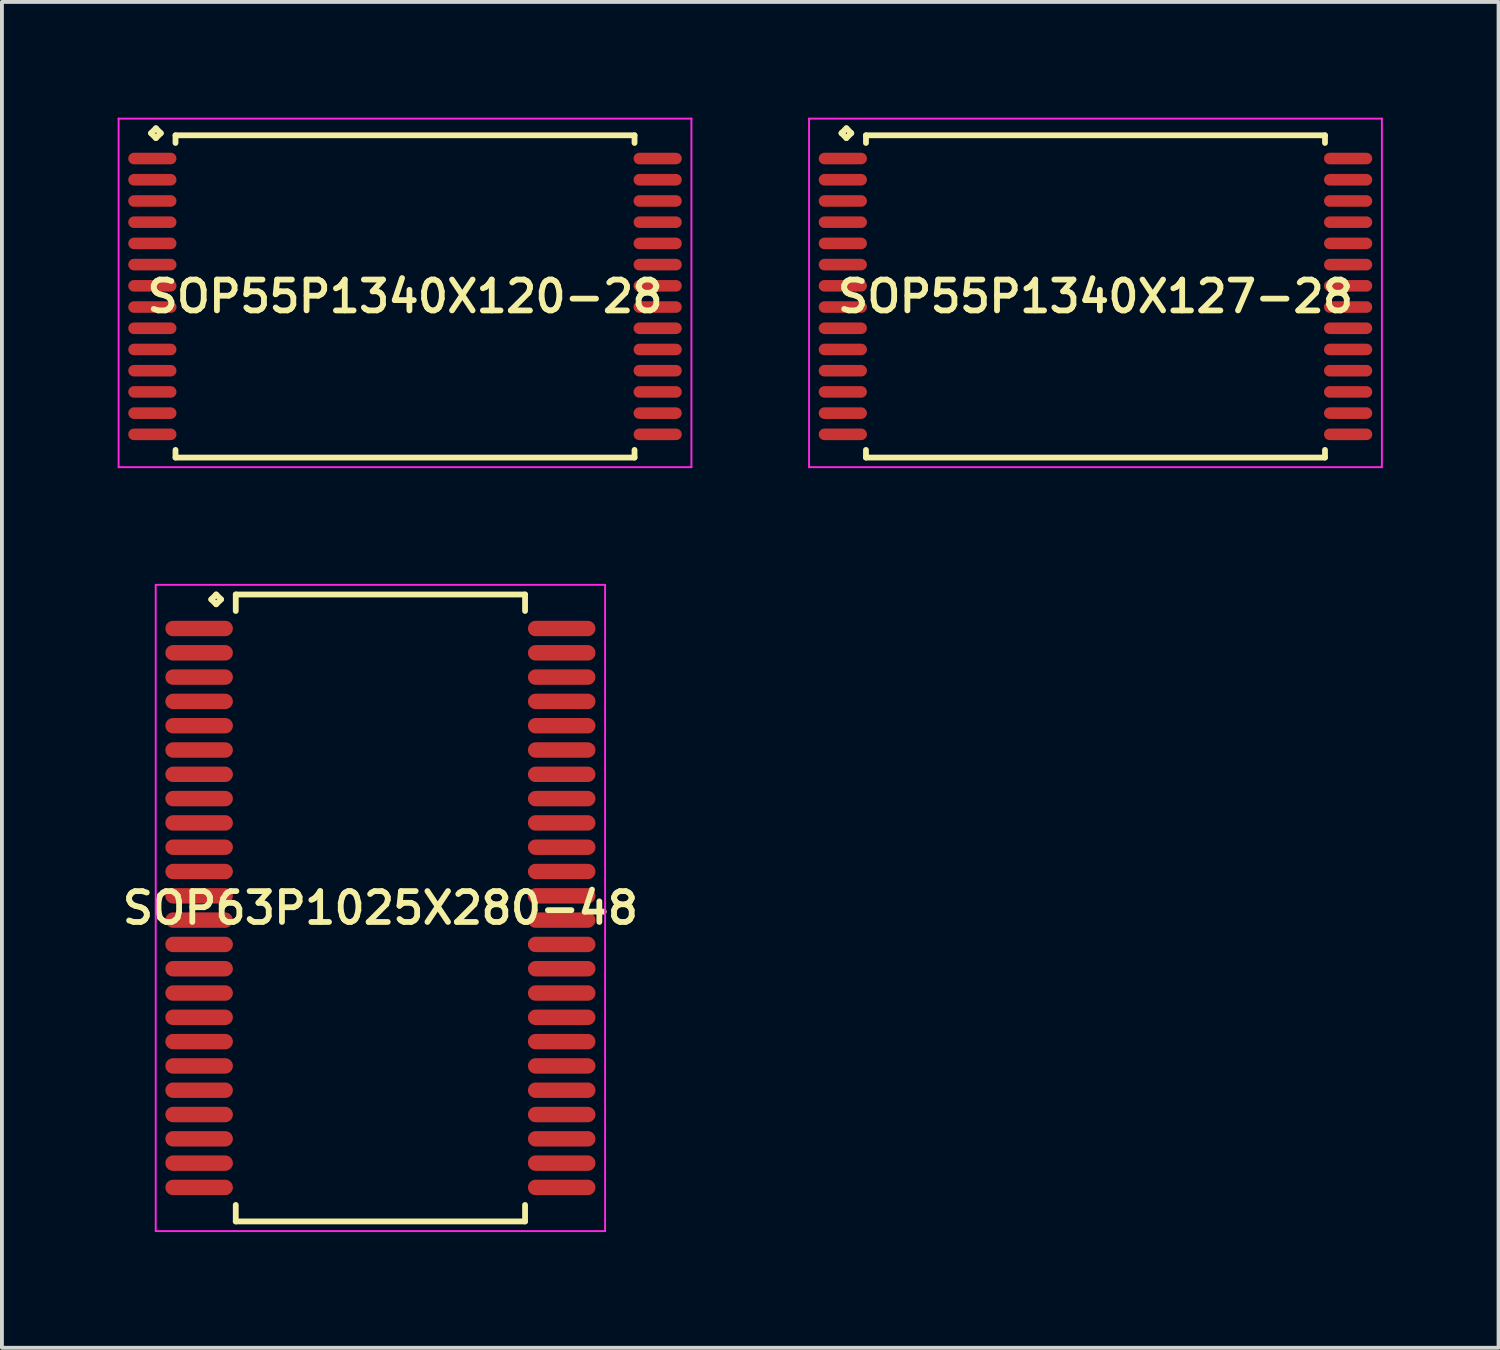
<source format=kicad_pcb>
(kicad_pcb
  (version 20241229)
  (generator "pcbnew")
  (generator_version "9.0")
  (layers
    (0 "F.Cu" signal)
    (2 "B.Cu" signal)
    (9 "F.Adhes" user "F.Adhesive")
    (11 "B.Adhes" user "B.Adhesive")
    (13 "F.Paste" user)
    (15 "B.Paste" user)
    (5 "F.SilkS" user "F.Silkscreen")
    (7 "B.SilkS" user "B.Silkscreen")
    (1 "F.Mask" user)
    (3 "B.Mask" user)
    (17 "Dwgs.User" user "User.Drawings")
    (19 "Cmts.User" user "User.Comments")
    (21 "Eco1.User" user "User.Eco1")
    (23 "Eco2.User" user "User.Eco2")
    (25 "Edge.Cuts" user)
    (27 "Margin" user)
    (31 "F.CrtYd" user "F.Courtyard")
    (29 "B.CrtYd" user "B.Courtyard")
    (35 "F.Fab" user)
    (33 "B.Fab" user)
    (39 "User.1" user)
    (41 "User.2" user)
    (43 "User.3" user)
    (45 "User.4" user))
  (footprint "SOP55P1340X120-28"
    (layer "F.Cu")
    (at 7.45 4.635)
    (property "Reference" "SOP55P1340X120-28" (at 0 0 0) (layer "F.SilkS") (effects (font (size 0.8 0.8) (thickness 0.15))))
    (attr smd)
    (fp_line (start -6.585 -4.233) (end -6.458 -4.36) (stroke (width 0.15) (type solid)) (layer "F.SilkS"))
    (fp_line (start -6.458 -4.36) (end -6.331 -4.233) (stroke (width 0.15) (type solid)) (layer "F.SilkS"))
    (fp_line (start -6.458 -4.106) (end -6.585 -4.233) (stroke (width 0.15) (type solid)) (layer "F.SilkS"))
    (fp_line (start -6.331 -4.233) (end -6.458 -4.106) (stroke (width 0.15) (type solid)) (layer "F.SilkS"))
    (fp_line (start -5.95 -4.177) (end 5.95 -4.177) (stroke (width 0.15) (type solid)) (layer "F.SilkS"))
    (fp_line (start -5.95 -3.979) (end -5.95 -4.177) (stroke (width 0.15) (type solid)) (layer "F.SilkS"))
    (fp_line (start -5.95 3.979) (end -5.95 4.177) (stroke (width 0.15) (type solid)) (layer "F.SilkS"))
    (fp_line (start -5.95 4.177) (end 5.95 4.177) (stroke (width 0.15) (type solid)) (layer "F.SilkS"))
    (fp_line (start 5.95 -4.177) (end 5.95 -3.979) (stroke (width 0.15) (type solid)) (layer "F.SilkS"))
    (fp_line (start 5.95 4.177) (end 5.95 3.979) (stroke (width 0.15) (type solid)) (layer "F.SilkS"))
    (fp_line (start -7.425 -4.61) (end 7.425 -4.61) (stroke (width 0.05) (type solid)) (layer "F.CrtYd"))
    (fp_line (start -7.425 4.427) (end -7.425 -4.61) (stroke (width 0.05) (type solid)) (layer "F.CrtYd"))
    (fp_line (start 7.425 -4.61) (end 7.425 4.427) (stroke (width 0.05) (type solid)) (layer "F.CrtYd"))
    (fp_line (start 7.425 4.427) (end -7.425 4.427) (stroke (width 0.05) (type solid)) (layer "F.CrtYd"))
    (pad "1" smd oval (at -6.55 -3.575) (size 1.25 0.3) (layers "F.Cu" "F.Mask" "F.Paste"))
    (pad "2" smd oval (at -6.55 -3.025) (size 1.25 0.3) (layers "F.Cu" "F.Mask" "F.Paste"))
    (pad "3" smd oval (at -6.55 -2.475) (size 1.25 0.3) (layers "F.Cu" "F.Mask" "F.Paste"))
    (pad "4" smd oval (at -6.55 -1.925) (size 1.25 0.3) (layers "F.Cu" "F.Mask" "F.Paste"))
    (pad "5" smd oval (at -6.55 -1.375) (size 1.25 0.3) (layers "F.Cu" "F.Mask" "F.Paste"))
    (pad "6" smd oval (at -6.55 -0.825) (size 1.25 0.3) (layers "F.Cu" "F.Mask" "F.Paste"))
    (pad "7" smd oval (at -6.55 -0.275) (size 1.25 0.3) (layers "F.Cu" "F.Mask" "F.Paste"))
    (pad "8" smd oval (at -6.55 0.275) (size 1.25 0.3) (layers "F.Cu" "F.Mask" "F.Paste"))
    (pad "9" smd oval (at -6.55 0.825) (size 1.25 0.3) (layers "F.Cu" "F.Mask" "F.Paste"))
    (pad "10" smd oval (at -6.55 1.375) (size 1.25 0.3) (layers "F.Cu" "F.Mask" "F.Paste"))
    (pad "11" smd oval (at -6.55 1.925) (size 1.25 0.3) (layers "F.Cu" "F.Mask" "F.Paste"))
    (pad "12" smd oval (at -6.55 2.475) (size 1.25 0.3) (layers "F.Cu" "F.Mask" "F.Paste"))
    (pad "13" smd oval (at -6.55 3.025) (size 1.25 0.3) (layers "F.Cu" "F.Mask" "F.Paste"))
    (pad "14" smd oval (at -6.55 3.575) (size 1.25 0.3) (layers "F.Cu" "F.Mask" "F.Paste"))
    (pad "15" smd oval (at 6.55 3.575) (size 1.25 0.3) (layers "F.Cu" "F.Mask" "F.Paste"))
    (pad "16" smd oval (at 6.55 3.025) (size 1.25 0.3) (layers "F.Cu" "F.Mask" "F.Paste"))
    (pad "17" smd oval (at 6.55 2.475) (size 1.25 0.3) (layers "F.Cu" "F.Mask" "F.Paste"))
    (pad "18" smd oval (at 6.55 1.925) (size 1.25 0.3) (layers "F.Cu" "F.Mask" "F.Paste"))
    (pad "19" smd oval (at 6.55 1.375) (size 1.25 0.3) (layers "F.Cu" "F.Mask" "F.Paste"))
    (pad "20" smd oval (at 6.55 0.825) (size 1.25 0.3) (layers "F.Cu" "F.Mask" "F.Paste"))
    (pad "21" smd oval (at 6.55 0.275) (size 1.25 0.3) (layers "F.Cu" "F.Mask" "F.Paste"))
    (pad "22" smd oval (at 6.55 -0.275) (size 1.25 0.3) (layers "F.Cu" "F.Mask" "F.Paste"))
    (pad "23" smd oval (at 6.55 -0.825) (size 1.25 0.3) (layers "F.Cu" "F.Mask" "F.Paste"))
    (pad "24" smd oval (at 6.55 -1.375) (size 1.25 0.3) (layers "F.Cu" "F.Mask" "F.Paste"))
    (pad "25" smd oval (at 6.55 -1.925) (size 1.25 0.3) (layers "F.Cu" "F.Mask" "F.Paste"))
    (pad "26" smd oval (at 6.55 -2.475) (size 1.25 0.3) (layers "F.Cu" "F.Mask" "F.Paste"))
    (pad "27" smd oval (at 6.55 -3.025) (size 1.25 0.3) (layers "F.Cu" "F.Mask" "F.Paste"))
    (pad "28" smd oval (at 6.55 -3.575) (size 1.25 0.3) (layers "F.Cu" "F.Mask" "F.Paste")))
  (footprint "SOP63P1025X280-48"
    (layer "F.Cu")
    (at 6.812 20.489)
    (property "Reference" "SOP63P1025X280-48" (at 0 0 0) (layer "F.SilkS") (effects (font (size 0.8 0.8) (thickness 0.15))))
    (attr smd)
    (fp_line (start -4.385 -8) (end -4.258 -8.127) (stroke (width 0.15) (type solid)) (layer "F.SilkS"))
    (fp_line (start -4.258 -8.127) (end -4.131 -8) (stroke (width 0.15) (type solid)) (layer "F.SilkS"))
    (fp_line (start -4.258 -7.873) (end -4.385 -8) (stroke (width 0.15) (type solid)) (layer "F.SilkS"))
    (fp_line (start -4.131 -8) (end -4.258 -7.873) (stroke (width 0.15) (type solid)) (layer "F.SilkS"))
    (fp_line (start -3.75 -8.127) (end 3.75 -8.127) (stroke (width 0.15) (type solid)) (layer "F.SilkS"))
    (fp_line (start -3.75 -7.699) (end -3.75 -8.127) (stroke (width 0.15) (type solid)) (layer "F.SilkS"))
    (fp_line (start -3.75 7.699) (end -3.75 8.127) (stroke (width 0.15) (type solid)) (layer "F.SilkS"))
    (fp_line (start -3.75 8.127) (end 3.75 8.127) (stroke (width 0.15) (type solid)) (layer "F.SilkS"))
    (fp_line (start 3.75 -8.127) (end 3.75 -7.699) (stroke (width 0.15) (type solid)) (layer "F.SilkS"))
    (fp_line (start 3.75 8.127) (end 3.75 7.699) (stroke (width 0.15) (type solid)) (layer "F.SilkS"))
    (fp_line (start -5.825 -8.377) (end 5.825 -8.377) (stroke (width 0.05) (type solid)) (layer "F.CrtYd"))
    (fp_line (start -5.825 8.377) (end -5.825 -8.377) (stroke (width 0.05) (type solid)) (layer "F.CrtYd"))
    (fp_line (start 5.825 -8.377) (end 5.825 8.377) (stroke (width 0.05) (type solid)) (layer "F.CrtYd"))
    (fp_line (start 5.825 8.377) (end -5.825 8.377) (stroke (width 0.05) (type solid)) (layer "F.CrtYd"))
    (pad "1" smd oval (at -4.7 -7.245) (size 1.75 0.4) (layers "F.Cu" "F.Mask" "F.Paste"))
    (pad "2" smd oval (at -4.7 -6.615) (size 1.75 0.4) (layers "F.Cu" "F.Mask" "F.Paste"))
    (pad "3" smd oval (at -4.7 -5.985) (size 1.75 0.4) (layers "F.Cu" "F.Mask" "F.Paste"))
    (pad "4" smd oval (at -4.7 -5.355) (size 1.75 0.4) (layers "F.Cu" "F.Mask" "F.Paste"))
    (pad "5" smd oval (at -4.7 -4.725) (size 1.75 0.4) (layers "F.Cu" "F.Mask" "F.Paste"))
    (pad "6" smd oval (at -4.7 -4.095) (size 1.75 0.4) (layers "F.Cu" "F.Mask" "F.Paste"))
    (pad "7" smd oval (at -4.7 -3.465) (size 1.75 0.4) (layers "F.Cu" "F.Mask" "F.Paste"))
    (pad "8" smd oval (at -4.7 -2.835) (size 1.75 0.4) (layers "F.Cu" "F.Mask" "F.Paste"))
    (pad "9" smd oval (at -4.7 -2.205) (size 1.75 0.4) (layers "F.Cu" "F.Mask" "F.Paste"))
    (pad "10" smd oval (at -4.7 -1.575) (size 1.75 0.4) (layers "F.Cu" "F.Mask" "F.Paste"))
    (pad "11" smd oval (at -4.7 -0.945) (size 1.75 0.4) (layers "F.Cu" "F.Mask" "F.Paste"))
    (pad "12" smd oval (at -4.7 -0.315) (size 1.75 0.4) (layers "F.Cu" "F.Mask" "F.Paste"))
    (pad "13" smd oval (at -4.7 0.315) (size 1.75 0.4) (layers "F.Cu" "F.Mask" "F.Paste"))
    (pad "14" smd oval (at -4.7 0.945) (size 1.75 0.4) (layers "F.Cu" "F.Mask" "F.Paste"))
    (pad "15" smd oval (at -4.7 1.575) (size 1.75 0.4) (layers "F.Cu" "F.Mask" "F.Paste"))
    (pad "16" smd oval (at -4.7 2.205) (size 1.75 0.4) (layers "F.Cu" "F.Mask" "F.Paste"))
    (pad "17" smd oval (at -4.7 2.835) (size 1.75 0.4) (layers "F.Cu" "F.Mask" "F.Paste"))
    (pad "18" smd oval (at -4.7 3.465) (size 1.75 0.4) (layers "F.Cu" "F.Mask" "F.Paste"))
    (pad "19" smd oval (at -4.7 4.095) (size 1.75 0.4) (layers "F.Cu" "F.Mask" "F.Paste"))
    (pad "20" smd oval (at -4.7 4.725) (size 1.75 0.4) (layers "F.Cu" "F.Mask" "F.Paste"))
    (pad "21" smd oval (at -4.7 5.355) (size 1.75 0.4) (layers "F.Cu" "F.Mask" "F.Paste"))
    (pad "22" smd oval (at -4.7 5.985) (size 1.75 0.4) (layers "F.Cu" "F.Mask" "F.Paste"))
    (pad "23" smd oval (at -4.7 6.615) (size 1.75 0.4) (layers "F.Cu" "F.Mask" "F.Paste"))
    (pad "24" smd oval (at -4.7 7.245) (size 1.75 0.4) (layers "F.Cu" "F.Mask" "F.Paste"))
    (pad "25" smd oval (at 4.7 7.245) (size 1.75 0.4) (layers "F.Cu" "F.Mask" "F.Paste"))
    (pad "26" smd oval (at 4.7 6.615) (size 1.75 0.4) (layers "F.Cu" "F.Mask" "F.Paste"))
    (pad "27" smd oval (at 4.7 5.985) (size 1.75 0.4) (layers "F.Cu" "F.Mask" "F.Paste"))
    (pad "28" smd oval (at 4.7 5.355) (size 1.75 0.4) (layers "F.Cu" "F.Mask" "F.Paste"))
    (pad "29" smd oval (at 4.7 4.725) (size 1.75 0.4) (layers "F.Cu" "F.Mask" "F.Paste"))
    (pad "30" smd oval (at 4.7 4.095) (size 1.75 0.4) (layers "F.Cu" "F.Mask" "F.Paste"))
    (pad "31" smd oval (at 4.7 3.465) (size 1.75 0.4) (layers "F.Cu" "F.Mask" "F.Paste"))
    (pad "32" smd oval (at 4.7 2.835) (size 1.75 0.4) (layers "F.Cu" "F.Mask" "F.Paste"))
    (pad "33" smd oval (at 4.7 2.205) (size 1.75 0.4) (layers "F.Cu" "F.Mask" "F.Paste"))
    (pad "34" smd oval (at 4.7 1.575) (size 1.75 0.4) (layers "F.Cu" "F.Mask" "F.Paste"))
    (pad "35" smd oval (at 4.7 0.945) (size 1.75 0.4) (layers "F.Cu" "F.Mask" "F.Paste"))
    (pad "36" smd oval (at 4.7 0.315) (size 1.75 0.4) (layers "F.Cu" "F.Mask" "F.Paste"))
    (pad "37" smd oval (at 4.7 -0.315) (size 1.75 0.4) (layers "F.Cu" "F.Mask" "F.Paste"))
    (pad "38" smd oval (at 4.7 -0.945) (size 1.75 0.4) (layers "F.Cu" "F.Mask" "F.Paste"))
    (pad "39" smd oval (at 4.7 -1.575) (size 1.75 0.4) (layers "F.Cu" "F.Mask" "F.Paste"))
    (pad "40" smd oval (at 4.7 -2.205) (size 1.75 0.4) (layers "F.Cu" "F.Mask" "F.Paste"))
    (pad "41" smd oval (at 4.7 -2.835) (size 1.75 0.4) (layers "F.Cu" "F.Mask" "F.Paste"))
    (pad "42" smd oval (at 4.7 -3.465) (size 1.75 0.4) (layers "F.Cu" "F.Mask" "F.Paste"))
    (pad "43" smd oval (at 4.7 -4.095) (size 1.75 0.4) (layers "F.Cu" "F.Mask" "F.Paste"))
    (pad "44" smd oval (at 4.7 -4.725) (size 1.75 0.4) (layers "F.Cu" "F.Mask" "F.Paste"))
    (pad "45" smd oval (at 4.7 -5.355) (size 1.75 0.4) (layers "F.Cu" "F.Mask" "F.Paste"))
    (pad "46" smd oval (at 4.7 -5.985) (size 1.75 0.4) (layers "F.Cu" "F.Mask" "F.Paste"))
    (pad "47" smd oval (at 4.7 -6.615) (size 1.75 0.4) (layers "F.Cu" "F.Mask" "F.Paste"))
    (pad "48" smd oval (at 4.7 -7.245) (size 1.75 0.4) (layers "F.Cu" "F.Mask" "F.Paste")))
  (footprint "SOP55P1340X127-28"
    (layer "F.Cu")
    (at 25.35 4.635)
    (property "Reference" "SOP55P1340X127-28" (at 0 0 0) (layer "F.SilkS") (effects (font (size 0.8 0.8) (thickness 0.15))))
    (attr smd)
    (fp_line (start -6.585 -4.233) (end -6.458 -4.36) (stroke (width 0.15) (type solid)) (layer "F.SilkS"))
    (fp_line (start -6.458 -4.36) (end -6.331 -4.233) (stroke (width 0.15) (type solid)) (layer "F.SilkS"))
    (fp_line (start -6.458 -4.106) (end -6.585 -4.233) (stroke (width 0.15) (type solid)) (layer "F.SilkS"))
    (fp_line (start -6.331 -4.233) (end -6.458 -4.106) (stroke (width 0.15) (type solid)) (layer "F.SilkS"))
    (fp_line (start -5.95 -4.177) (end 5.95 -4.177) (stroke (width 0.15) (type solid)) (layer "F.SilkS"))
    (fp_line (start -5.95 -3.979) (end -5.95 -4.177) (stroke (width 0.15) (type solid)) (layer "F.SilkS"))
    (fp_line (start -5.95 3.979) (end -5.95 4.177) (stroke (width 0.15) (type solid)) (layer "F.SilkS"))
    (fp_line (start -5.95 4.177) (end 5.95 4.177) (stroke (width 0.15) (type solid)) (layer "F.SilkS"))
    (fp_line (start 5.95 -4.177) (end 5.95 -3.979) (stroke (width 0.15) (type solid)) (layer "F.SilkS"))
    (fp_line (start 5.95 4.177) (end 5.95 3.979) (stroke (width 0.15) (type solid)) (layer "F.SilkS"))
    (fp_line (start -7.425 -4.61) (end 7.425 -4.61) (stroke (width 0.05) (type solid)) (layer "F.CrtYd"))
    (fp_line (start -7.425 4.427) (end -7.425 -4.61) (stroke (width 0.05) (type solid)) (layer "F.CrtYd"))
    (fp_line (start 7.425 -4.61) (end 7.425 4.427) (stroke (width 0.05) (type solid)) (layer "F.CrtYd"))
    (fp_line (start 7.425 4.427) (end -7.425 4.427) (stroke (width 0.05) (type solid)) (layer "F.CrtYd"))
    (pad "1" smd oval (at -6.55 -3.575) (size 1.25 0.3) (layers "F.Cu" "F.Mask" "F.Paste"))
    (pad "2" smd oval (at -6.55 -3.025) (size 1.25 0.3) (layers "F.Cu" "F.Mask" "F.Paste"))
    (pad "3" smd oval (at -6.55 -2.475) (size 1.25 0.3) (layers "F.Cu" "F.Mask" "F.Paste"))
    (pad "4" smd oval (at -6.55 -1.925) (size 1.25 0.3) (layers "F.Cu" "F.Mask" "F.Paste"))
    (pad "5" smd oval (at -6.55 -1.375) (size 1.25 0.3) (layers "F.Cu" "F.Mask" "F.Paste"))
    (pad "6" smd oval (at -6.55 -0.825) (size 1.25 0.3) (layers "F.Cu" "F.Mask" "F.Paste"))
    (pad "7" smd oval (at -6.55 -0.275) (size 1.25 0.3) (layers "F.Cu" "F.Mask" "F.Paste"))
    (pad "8" smd oval (at -6.55 0.275) (size 1.25 0.3) (layers "F.Cu" "F.Mask" "F.Paste"))
    (pad "9" smd oval (at -6.55 0.825) (size 1.25 0.3) (layers "F.Cu" "F.Mask" "F.Paste"))
    (pad "10" smd oval (at -6.55 1.375) (size 1.25 0.3) (layers "F.Cu" "F.Mask" "F.Paste"))
    (pad "11" smd oval (at -6.55 1.925) (size 1.25 0.3) (layers "F.Cu" "F.Mask" "F.Paste"))
    (pad "12" smd oval (at -6.55 2.475) (size 1.25 0.3) (layers "F.Cu" "F.Mask" "F.Paste"))
    (pad "13" smd oval (at -6.55 3.025) (size 1.25 0.3) (layers "F.Cu" "F.Mask" "F.Paste"))
    (pad "14" smd oval (at -6.55 3.575) (size 1.25 0.3) (layers "F.Cu" "F.Mask" "F.Paste"))
    (pad "15" smd oval (at 6.55 3.575) (size 1.25 0.3) (layers "F.Cu" "F.Mask" "F.Paste"))
    (pad "16" smd oval (at 6.55 3.025) (size 1.25 0.3) (layers "F.Cu" "F.Mask" "F.Paste"))
    (pad "17" smd oval (at 6.55 2.475) (size 1.25 0.3) (layers "F.Cu" "F.Mask" "F.Paste"))
    (pad "18" smd oval (at 6.55 1.925) (size 1.25 0.3) (layers "F.Cu" "F.Mask" "F.Paste"))
    (pad "19" smd oval (at 6.55 1.375) (size 1.25 0.3) (layers "F.Cu" "F.Mask" "F.Paste"))
    (pad "20" smd oval (at 6.55 0.825) (size 1.25 0.3) (layers "F.Cu" "F.Mask" "F.Paste"))
    (pad "21" smd oval (at 6.55 0.275) (size 1.25 0.3) (layers "F.Cu" "F.Mask" "F.Paste"))
    (pad "22" smd oval (at 6.55 -0.275) (size 1.25 0.3) (layers "F.Cu" "F.Mask" "F.Paste"))
    (pad "23" smd oval (at 6.55 -0.825) (size 1.25 0.3) (layers "F.Cu" "F.Mask" "F.Paste"))
    (pad "24" smd oval (at 6.55 -1.375) (size 1.25 0.3) (layers "F.Cu" "F.Mask" "F.Paste"))
    (pad "25" smd oval (at 6.55 -1.925) (size 1.25 0.3) (layers "F.Cu" "F.Mask" "F.Paste"))
    (pad "26" smd oval (at 6.55 -2.475) (size 1.25 0.3) (layers "F.Cu" "F.Mask" "F.Paste"))
    (pad "27" smd oval (at 6.55 -3.025) (size 1.25 0.3) (layers "F.Cu" "F.Mask" "F.Paste"))
    (pad "28" smd oval (at 6.55 -3.575) (size 1.25 0.3) (layers "F.Cu" "F.Mask" "F.Paste")))
  (gr_rect
    (start -3 -3)
    (end 35.8 31.891)
    (stroke (width 0.1) (type default))
    (fill no)
    (layer "Edge.Cuts")))
</source>
